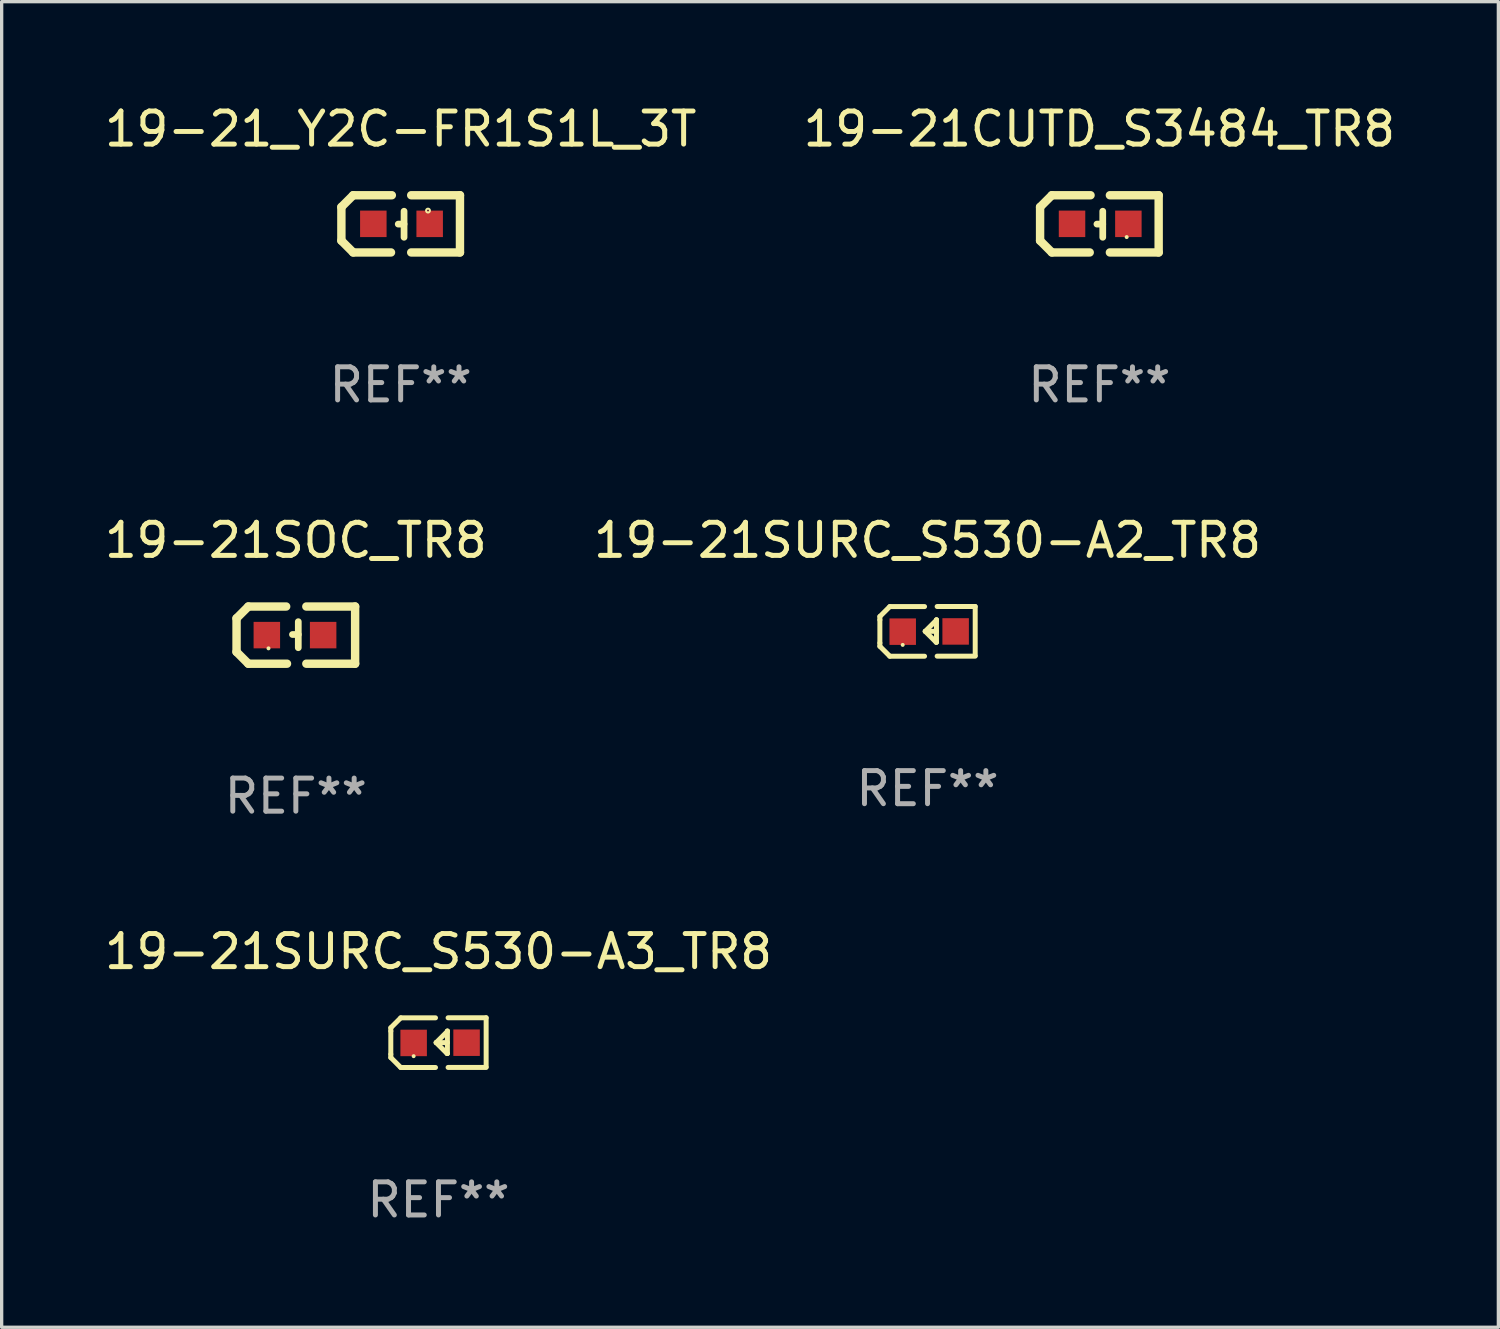
<source format=kicad_pcb>
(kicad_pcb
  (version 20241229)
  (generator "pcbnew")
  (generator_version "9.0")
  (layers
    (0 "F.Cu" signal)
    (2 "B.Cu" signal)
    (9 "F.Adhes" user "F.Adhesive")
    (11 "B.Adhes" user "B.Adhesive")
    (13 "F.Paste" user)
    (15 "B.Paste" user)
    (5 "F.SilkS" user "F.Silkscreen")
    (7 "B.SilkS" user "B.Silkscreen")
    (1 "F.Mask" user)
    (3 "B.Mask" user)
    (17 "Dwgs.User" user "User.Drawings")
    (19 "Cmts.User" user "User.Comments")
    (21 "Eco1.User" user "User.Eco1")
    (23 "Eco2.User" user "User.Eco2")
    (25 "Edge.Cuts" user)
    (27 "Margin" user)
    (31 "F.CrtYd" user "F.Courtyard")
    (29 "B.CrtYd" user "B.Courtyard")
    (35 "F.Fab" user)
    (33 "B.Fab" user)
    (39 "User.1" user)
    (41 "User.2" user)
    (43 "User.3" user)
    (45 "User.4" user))
  (footprint "19-21SURC_S530-A3_TR8"
    (layer "F.Cu")
    (at 10.196 28.447)
    (property "Reference" "19-21SURC_S530-A3_TR8" (at 0 -2.751 0) (layer "F.SilkS") (effects (font (size 1 1) (thickness 0.15))))
    (attr through_hole)
    (fp_line (start -1.44 -0.449) (end -1.14 -0.749) (stroke (width 0.15) (type solid)) (layer "F.SilkS"))
    (fp_line (start -1.44 -0.349) (end -1.44 -0.449) (stroke (width 0.15) (type solid)) (layer "F.SilkS"))
    (fp_line (start -1.44 -0.349) (end -1.44 0.351) (stroke (width 0.15) (type solid)) (layer "F.SilkS"))
    (fp_line (start -1.44 0.351) (end -1.44 0.451) (stroke (width 0.15) (type solid)) (layer "F.SilkS"))
    (fp_line (start -1.44 0.451) (end -1.14 0.751) (stroke (width 0.15) (type solid)) (layer "F.SilkS"))
    (fp_line (start -0.09 -0.749) (end -1.14 -0.749) (stroke (width 0.15) (type solid)) (layer "F.SilkS"))
    (fp_line (start -0.09 0.751) (end -1.14 0.751) (stroke (width 0.15) (type solid)) (layer "F.SilkS"))
    (fp_line (start 0.26 0.329) (end -0.07 -0.001) (stroke (width 0.15) (type solid)) (layer "F.SilkS"))
    (fp_line (start 0.27 -0.351) (end 0.27 -0.341) (stroke (width 0.15) (type solid)) (layer "F.SilkS"))
    (fp_line (start 0.27 -0.351) (end 0.27 0.329) (stroke (width 0.15) (type solid)) (layer "F.SilkS"))
    (fp_line (start 0.27 -0.341) (end -0.07 -0.001) (stroke (width 0.15) (type solid)) (layer "F.SilkS"))
    (fp_line (start 0.27 -0.001) (end -0.07 -0.001) (stroke (width 0.15) (type solid)) (layer "F.SilkS"))
    (fp_line (start 0.27 0.329) (end 0.26 0.329) (stroke (width 0.15) (type solid)) (layer "F.SilkS"))
    (fp_line (start 0.29 -0.751) (end 1.44 -0.751) (stroke (width 0.15) (type solid)) (layer "F.SilkS"))
    (fp_line (start 0.29 0.749) (end 1.44 0.749) (stroke (width 0.15) (type solid)) (layer "F.SilkS"))
    (fp_line (start 1.44 -0.751) (end 1.44 0.729) (stroke (width 0.15) (type solid)) (layer "F.SilkS"))
    (fp_circle (center -0.75 0.409) (end -0.72 0.409) (stroke (width 0.06) (type solid)) (fill no) (layer "F.SilkS"))
    (fp_text user "REF**" (at 0 4.751 0) (layer "F.Fab") (effects (font (size 1 1) (thickness 0.15))))
    (pad "1" smd rect (at -0.75 0.009 90) (size 0.8 0.8) (layers "F.Cu" "F.Mask" "F.Paste"))
    (pad "2" smd rect (at 0.849 0.002 90) (size 0.8 0.8) (layers "F.Cu" "F.Mask" "F.Paste")))
  (footprint "19-21CUTD_S3484_TR8"
    (layer "F.Cu")
    (at 30.161 3.712)
    (property "Reference" "19-21CUTD_S3484_TR8" (at 0 -2.864 0) (layer "F.SilkS") (effects (font (size 1 1) (thickness 0.15))))
    (attr through_hole)
    (fp_line (start -1.791 -0.508) (end -1.435 -0.864) (stroke (width 0.254) (type solid)) (layer "F.SilkS"))
    (fp_line (start -1.791 0.508) (end -1.791 -0.508) (stroke (width 0.254) (type solid)) (layer "F.SilkS"))
    (fp_line (start -1.435 0.864) (end -1.791 0.508) (stroke (width 0.254) (type solid)) (layer "F.SilkS"))
    (fp_line (start -0.292 0.864) (end -1.435 0.864) (stroke (width 0.254) (type solid)) (layer "F.SilkS"))
    (fp_line (start -0.267 -0.864) (end -1.435 -0.864) (stroke (width 0.254) (type solid)) (layer "F.SilkS"))
    (fp_line (start 0.102 0.008) (end -0.074 0.008) (stroke (width 0.203) (type solid)) (layer "F.SilkS"))
    (fp_line (start 0.102 0.406) (end 0.102 -0.381) (stroke (width 0.203) (type solid)) (layer "F.SilkS"))
    (fp_line (start 1.791 -0.864) (end 0.318 -0.864) (stroke (width 0.254) (type solid)) (layer "F.SilkS"))
    (fp_line (start 1.791 0.864) (end 0.318 0.864) (stroke (width 0.254) (type solid)) (layer "F.SilkS"))
    (fp_line (start 1.791 0.864) (end 1.791 -0.864) (stroke (width 0.254) (type solid)) (layer "F.SilkS"))
    (fp_circle (center 0.825 0.4) (end 0.855 0.4) (stroke (width 0.06) (type solid)) (fill no) (layer "F.SilkS"))
    (fp_text user "REF**" (at 0 4.864 0) (layer "F.Fab") (effects (font (size 1 1) (thickness 0.15))))
    (pad "1" smd rect (at 0.876 0 90) (size 0.8 0.8) (layers "F.Cu" "F.Mask" "F.Paste"))
    (pad "2" smd rect (at -0.826 0 90) (size 0.8 0.8) (layers "F.Cu" "F.Mask" "F.Paste")))
  (footprint "19-21SOC_TR8"
    (layer "F.Cu")
    (at 5.887 16.136)
    (property "Reference" "19-21SOC_TR8" (at 0 -2.864 0) (layer "F.SilkS") (effects (font (size 1 1) (thickness 0.15))))
    (attr through_hole)
    (fp_line (start -1.791 -0.508) (end -1.791 0.508) (stroke (width 0.254) (type solid)) (layer "F.SilkS"))
    (fp_line (start -1.791 0.508) (end -1.435 0.864) (stroke (width 0.254) (type solid)) (layer "F.SilkS"))
    (fp_line (start -1.435 -0.864) (end -1.791 -0.508) (stroke (width 0.254) (type solid)) (layer "F.SilkS"))
    (fp_line (start -0.292 -0.864) (end -1.435 -0.864) (stroke (width 0.254) (type solid)) (layer "F.SilkS"))
    (fp_line (start -0.267 0.864) (end -1.435 0.864) (stroke (width 0.254) (type solid)) (layer "F.SilkS"))
    (fp_line (start 0.074 -0.018) (end -0.102 -0.018) (stroke (width 0.203) (type solid)) (layer "F.SilkS"))
    (fp_line (start 0.074 0.381) (end 0.074 -0.406) (stroke (width 0.203) (type solid)) (layer "F.SilkS"))
    (fp_line (start 1.791 -0.864) (end 0.317 -0.864) (stroke (width 0.254) (type solid)) (layer "F.SilkS"))
    (fp_line (start 1.791 -0.864) (end 1.791 0.864) (stroke (width 0.254) (type solid)) (layer "F.SilkS"))
    (fp_line (start 1.791 0.864) (end 0.317 0.864) (stroke (width 0.254) (type solid)) (layer "F.SilkS"))
    (fp_circle (center -0.826 0.4) (end -0.796 0.4) (stroke (width 0.06) (type solid)) (fill no) (layer "F.SilkS"))
    (fp_text user "REF**" (at 0 4.864 0) (layer "F.Fab") (effects (font (size 1 1) (thickness 0.15))))
    (pad "1" smd rect (at -0.876 0.000114 270) (size 0.8 0.8) (layers "F.Cu" "F.Mask" "F.Paste"))
    (pad "2" smd rect (at 0.825 0.000114 270) (size 0.8 0.8) (layers "F.Cu" "F.Mask" "F.Paste")))
  (footprint "19-21_Y2C-FR1S1L_3T"
    (layer "F.Cu")
    (at 9.054 3.712)
    (property "Reference" "19-21_Y2C-FR1S1L_3T" (at 0 -2.864 0) (layer "F.SilkS") (effects (font (size 1 1) (thickness 0.15))))
    (attr through_hole)
    (fp_line (start -1.791 -0.508) (end -1.435 -0.864) (stroke (width 0.254) (type solid)) (layer "F.SilkS"))
    (fp_line (start -1.791 0.508) (end -1.791 -0.508) (stroke (width 0.254) (type solid)) (layer "F.SilkS"))
    (fp_line (start -1.435 0.864) (end -1.791 0.508) (stroke (width 0.254) (type solid)) (layer "F.SilkS"))
    (fp_line (start -0.292 0.864) (end -1.435 0.864) (stroke (width 0.254) (type solid)) (layer "F.SilkS"))
    (fp_line (start -0.267 -0.864) (end -1.435 -0.864) (stroke (width 0.254) (type solid)) (layer "F.SilkS"))
    (fp_line (start 0.102 0.008) (end -0.074 0.008) (stroke (width 0.203) (type solid)) (layer "F.SilkS"))
    (fp_line (start 0.102 0.406) (end 0.102 -0.381) (stroke (width 0.203) (type solid)) (layer "F.SilkS"))
    (fp_line (start 1.791 -0.864) (end 0.318 -0.864) (stroke (width 0.254) (type solid)) (layer "F.SilkS"))
    (fp_line (start 1.791 0.864) (end 0.318 0.864) (stroke (width 0.254) (type solid)) (layer "F.SilkS"))
    (fp_line (start 1.791 0.864) (end 1.791 -0.864) (stroke (width 0.254) (type solid)) (layer "F.SilkS"))
    (fp_circle (center 0.826 -0.4) (end 0.855 -0.4) (stroke (width 0.06) (type solid)) (fill no) (layer "F.SilkS"))
    (fp_text user "REF**" (at 0 4.864 0) (layer "F.Fab") (effects (font (size 1 1) (thickness 0.15))))
    (pad "1" smd rect (at 0.876 0.000127 90) (size 0.8 0.8) (layers "F.Cu" "F.Mask" "F.Paste"))
    (pad "2" smd rect (at -0.826 0.000127 90) (size 0.8 0.8) (layers "F.Cu" "F.Mask" "F.Paste")))
  (footprint "19-21SURC_S530-A2_TR8"
    (layer "F.Cu")
    (at 24.97 16.023)
    (property "Reference" "19-21SURC_S530-A2_TR8" (at 0 -2.751 0) (layer "F.SilkS") (effects (font (size 1 1) (thickness 0.15))))
    (attr through_hole)
    (fp_line (start -1.44 -0.449) (end -1.14 -0.749) (stroke (width 0.15) (type solid)) (layer "F.SilkS"))
    (fp_line (start -1.44 -0.349) (end -1.44 -0.449) (stroke (width 0.15) (type solid)) (layer "F.SilkS"))
    (fp_line (start -1.44 -0.349) (end -1.44 0.351) (stroke (width 0.15) (type solid)) (layer "F.SilkS"))
    (fp_line (start -1.44 0.351) (end -1.44 0.451) (stroke (width 0.15) (type solid)) (layer "F.SilkS"))
    (fp_line (start -1.44 0.451) (end -1.14 0.751) (stroke (width 0.15) (type solid)) (layer "F.SilkS"))
    (fp_line (start -0.09 -0.749) (end -1.14 -0.749) (stroke (width 0.15) (type solid)) (layer "F.SilkS"))
    (fp_line (start -0.09 0.751) (end -1.14 0.751) (stroke (width 0.15) (type solid)) (layer "F.SilkS"))
    (fp_line (start 0.26 0.329) (end -0.07 -0.001) (stroke (width 0.15) (type solid)) (layer "F.SilkS"))
    (fp_line (start 0.27 -0.351) (end 0.27 -0.341) (stroke (width 0.15) (type solid)) (layer "F.SilkS"))
    (fp_line (start 0.27 -0.351) (end 0.27 0.329) (stroke (width 0.15) (type solid)) (layer "F.SilkS"))
    (fp_line (start 0.27 -0.341) (end -0.07 -0.001) (stroke (width 0.15) (type solid)) (layer "F.SilkS"))
    (fp_line (start 0.27 -0.001) (end -0.07 -0.001) (stroke (width 0.15) (type solid)) (layer "F.SilkS"))
    (fp_line (start 0.27 0.329) (end 0.26 0.329) (stroke (width 0.15) (type solid)) (layer "F.SilkS"))
    (fp_line (start 0.29 -0.751) (end 1.44 -0.751) (stroke (width 0.15) (type solid)) (layer "F.SilkS"))
    (fp_line (start 0.29 0.749) (end 1.44 0.749) (stroke (width 0.15) (type solid)) (layer "F.SilkS"))
    (fp_line (start 1.44 -0.751) (end 1.44 0.729) (stroke (width 0.15) (type solid)) (layer "F.SilkS"))
    (fp_circle (center -0.75 0.409) (end -0.72 0.409) (stroke (width 0.06) (type solid)) (fill no) (layer "F.SilkS"))
    (fp_text user "REF**" (at 0 4.751 0) (layer "F.Fab") (effects (font (size 1 1) (thickness 0.15))))
    (pad "1" smd rect (at -0.75 0.009 90) (size 0.8 0.8) (layers "F.Cu" "F.Mask" "F.Paste"))
    (pad "2" smd rect (at 0.849 0.002 90) (size 0.8 0.8) (layers "F.Cu" "F.Mask" "F.Paste")))
  (gr_rect
    (start -3 -3)
    (end 42.214 37.046)
    (stroke (width 0.1) (type default))
    (fill no)
    (layer "Edge.Cuts")))
</source>
